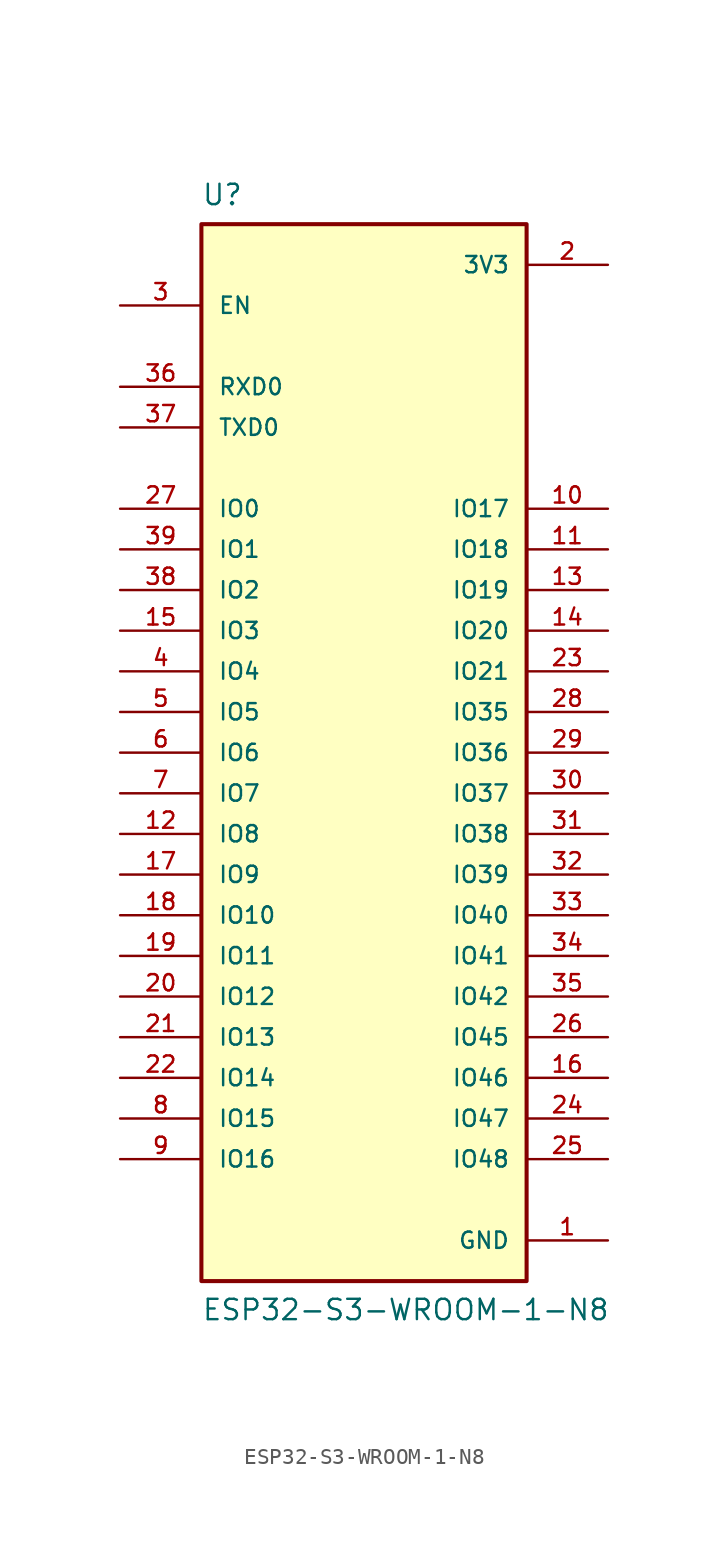
<source format=kicad_sym>
(kicad_symbol_lib
  (version 20241209)
  (generator "kicad_symbol_editor")
  (generator_version "9.0")
  (symbol "ESP32-S3-WROOM-1-N8"
    (pin_names
      (offset 1.016))
    (property "Reference" "U"
      (at -10.16 31.572 0)
      (effects (font (size 1.27 1.27)) (justify left bottom)))
    (property "Value" "ESP32-S3-WROOM-1-N8"
      (at -10.16 -38.1 0)
      (effects (font (size 1.27 1.27)) (justify left bottom)))
    (symbol "ESP32-S3-WROOM-1-N8_0_0"
      (rectangle (start -10.16 -35.56) (end 10.16 30.48) (stroke (width 0.254) (type default)) (fill (type background)))
      (pin input line (at -15.24 25.4 0) (length 5.08) (name "EN" (effects (font (size 1.016 1.016)))) (number "3" (effects (font (size 1.016 1.016)))))
      (pin bidirectional line (at -15.24 20.32 0) (length 5.08) (name "RXD0" (effects (font (size 1.016 1.016)))) (number "36" (effects (font (size 1.016 1.016)))))
      (pin bidirectional line (at -15.24 17.78 0) (length 5.08) (name "TXD0" (effects (font (size 1.016 1.016)))) (number "37" (effects (font (size 1.016 1.016)))))
      (pin bidirectional line (at -15.24 12.7 0) (length 5.08) (name "IO0" (effects (font (size 1.016 1.016)))) (number "27" (effects (font (size 1.016 1.016)))))
      (pin bidirectional line (at -15.24 10.16 0) (length 5.08) (name "IO1" (effects (font (size 1.016 1.016)))) (number "39" (effects (font (size 1.016 1.016)))))
      (pin bidirectional line (at -15.24 7.62 0) (length 5.08) (name "IO2" (effects (font (size 1.016 1.016)))) (number "38" (effects (font (size 1.016 1.016)))))
      (pin bidirectional line (at -15.24 5.08 0) (length 5.08) (name "IO3" (effects (font (size 1.016 1.016)))) (number "15" (effects (font (size 1.016 1.016)))))
      (pin bidirectional line (at -15.24 2.54 0) (length 5.08) (name "IO4" (effects (font (size 1.016 1.016)))) (number "4" (effects (font (size 1.016 1.016)))))
      (pin bidirectional line (at -15.24 0 0) (length 5.08) (name "IO5" (effects (font (size 1.016 1.016)))) (number "5" (effects (font (size 1.016 1.016)))))
      (pin bidirectional line (at -15.24 -2.54 0) (length 5.08) (name "IO6" (effects (font (size 1.016 1.016)))) (number "6" (effects (font (size 1.016 1.016)))))
      (pin bidirectional line (at -15.24 -5.08 0) (length 5.08) (name "IO7" (effects (font (size 1.016 1.016)))) (number "7" (effects (font (size 1.016 1.016)))))
      (pin bidirectional line (at -15.24 -7.62 0) (length 5.08) (name "IO8" (effects (font (size 1.016 1.016)))) (number "12" (effects (font (size 1.016 1.016)))))
      (pin bidirectional line (at -15.24 -10.16 0) (length 5.08) (name "IO9" (effects (font (size 1.016 1.016)))) (number "17" (effects (font (size 1.016 1.016)))))
      (pin bidirectional line (at -15.24 -12.7 0) (length 5.08) (name "IO10" (effects (font (size 1.016 1.016)))) (number "18" (effects (font (size 1.016 1.016)))))
      (pin bidirectional line (at -15.24 -15.24 0) (length 5.08) (name "IO11" (effects (font (size 1.016 1.016)))) (number "19" (effects (font (size 1.016 1.016)))))
      (pin bidirectional line (at -15.24 -17.78 0) (length 5.08) (name "IO12" (effects (font (size 1.016 1.016)))) (number "20" (effects (font (size 1.016 1.016)))))
      (pin bidirectional line (at -15.24 -20.32 0) (length 5.08) (name "IO13" (effects (font (size 1.016 1.016)))) (number "21" (effects (font (size 1.016 1.016)))))
      (pin bidirectional line (at -15.24 -22.86 0) (length 5.08) (name "IO14" (effects (font (size 1.016 1.016)))) (number "22" (effects (font (size 1.016 1.016)))))
      (pin bidirectional line (at -15.24 -25.4 0) (length 5.08) (name "IO15" (effects (font (size 1.016 1.016)))) (number "8" (effects (font (size 1.016 1.016)))))
      (pin bidirectional line (at -15.24 -27.94 0) (length 5.08) (name "IO16" (effects (font (size 1.016 1.016)))) (number "9" (effects (font (size 1.016 1.016)))))
      (pin power_in line (at 15.24 27.94 180) (length 5.08) (name "3V3" (effects (font (size 1.016 1.016)))) (number "2" (effects (font (size 1.016 1.016)))))
      (pin bidirectional line (at 15.24 12.7 180) (length 5.08) (name "IO17" (effects (font (size 1.016 1.016)))) (number "10" (effects (font (size 1.016 1.016)))))
      (pin bidirectional line (at 15.24 10.16 180) (length 5.08) (name "IO18" (effects (font (size 1.016 1.016)))) (number "11" (effects (font (size 1.016 1.016)))))
      (pin bidirectional line (at 15.24 7.62 180) (length 5.08) (name "IO19" (effects (font (size 1.016 1.016)))) (number "13" (effects (font (size 1.016 1.016)))))
      (pin bidirectional line (at 15.24 5.08 180) (length 5.08) (name "IO20" (effects (font (size 1.016 1.016)))) (number "14" (effects (font (size 1.016 1.016)))))
      (pin bidirectional line (at 15.24 2.54 180) (length 5.08) (name "IO21" (effects (font (size 1.016 1.016)))) (number "23" (effects (font (size 1.016 1.016)))))
      (pin bidirectional line (at 15.24 0 180) (length 5.08) (name "IO35" (effects (font (size 1.016 1.016)))) (number "28" (effects (font (size 1.016 1.016)))))
      (pin bidirectional line (at 15.24 -2.54 180) (length 5.08) (name "IO36" (effects (font (size 1.016 1.016)))) (number "29" (effects (font (size 1.016 1.016)))))
      (pin bidirectional line (at 15.24 -5.08 180) (length 5.08) (name "IO37" (effects (font (size 1.016 1.016)))) (number "30" (effects (font (size 1.016 1.016)))))
      (pin bidirectional line (at 15.24 -7.62 180) (length 5.08) (name "IO38" (effects (font (size 1.016 1.016)))) (number "31" (effects (font (size 1.016 1.016)))))
      (pin bidirectional line (at 15.24 -10.16 180) (length 5.08) (name "IO39" (effects (font (size 1.016 1.016)))) (number "32" (effects (font (size 1.016 1.016)))))
      (pin bidirectional line (at 15.24 -12.7 180) (length 5.08) (name "IO40" (effects (font (size 1.016 1.016)))) (number "33" (effects (font (size 1.016 1.016)))))
      (pin bidirectional line (at 15.24 -15.24 180) (length 5.08) (name "IO41" (effects (font (size 1.016 1.016)))) (number "34" (effects (font (size 1.016 1.016)))))
      (pin bidirectional line (at 15.24 -17.78 180) (length 5.08) (name "IO42" (effects (font (size 1.016 1.016)))) (number "35" (effects (font (size 1.016 1.016)))))
      (pin bidirectional line (at 15.24 -20.32 180) (length 5.08) (name "IO45" (effects (font (size 1.016 1.016)))) (number "26" (effects (font (size 1.016 1.016)))))
      (pin bidirectional line (at 15.24 -22.86 180) (length 5.08) (name "IO46" (effects (font (size 1.016 1.016)))) (number "16" (effects (font (size 1.016 1.016)))))
      (pin bidirectional line (at 15.24 -25.4 180) (length 5.08) (name "IO47" (effects (font (size 1.016 1.016)))) (number "24" (effects (font (size 1.016 1.016)))))
      (pin bidirectional line (at 15.24 -27.94 180) (length 5.08) (name "IO48" (effects (font (size 1.016 1.016)))) (number "25" (effects (font (size 1.016 1.016)))))
      (pin power_in line (at 15.24 -33.02 180) (length 5.08) (name "GND" (effects (font (size 1.016 1.016)))) (number "1" (effects (font (size 1.016 1.016)))))
      (pin power_in line (at 15.24 -33.02 180) (length 5.08) (hide yes) (name "GND" (effects (font (size 1.016 1.016)))) (number "40" (effects (font (size 1.016 1.016)))))
      (pin power_in line (at 15.24 -33.02 180) (length 5.08) (hide yes) (name "GND" (effects (font (size 1.016 1.016)))) (number "41_1" (effects (font (size 1.016 1.016)))))
      (pin power_in line (at 15.24 -33.02 180) (length 5.08) (hide yes) (name "GND" (effects (font (size 1.016 1.016)))) (number "41_2" (effects (font (size 1.016 1.016)))))
      (pin power_in line (at 15.24 -33.02 180) (length 5.08) (hide yes) (name "GND" (effects (font (size 1.016 1.016)))) (number "41_3" (effects (font (size 1.016 1.016)))))
      (pin power_in line (at 15.24 -33.02 180) (length 5.08) (hide yes) (name "GND" (effects (font (size 1.016 1.016)))) (number "41_4" (effects (font (size 1.016 1.016)))))
      (pin power_in line (at 15.24 -33.02 180) (length 5.08) (hide yes) (name "GND" (effects (font (size 1.016 1.016)))) (number "41_5" (effects (font (size 1.016 1.016)))))
      (pin power_in line (at 15.24 -33.02 180) (length 5.08) (hide yes) (name "GND" (effects (font (size 1.016 1.016)))) (number "41_6" (effects (font (size 1.016 1.016)))))
      (pin power_in line (at 15.24 -33.02 180) (length 5.08) (hide yes) (name "GND" (effects (font (size 1.016 1.016)))) (number "41_7" (effects (font (size 1.016 1.016)))))
      (pin power_in line (at 15.24 -33.02 180) (length 5.08) (hide yes) (name "GND" (effects (font (size 1.016 1.016)))) (number "41_8" (effects (font (size 1.016 1.016)))))
      (pin power_in line (at 15.24 -33.02 180) (length 5.08) (hide yes) (name "GND" (effects (font (size 1.016 1.016)))) (number "41_9" (effects (font (size 1.016 1.016))))))))
</source>
